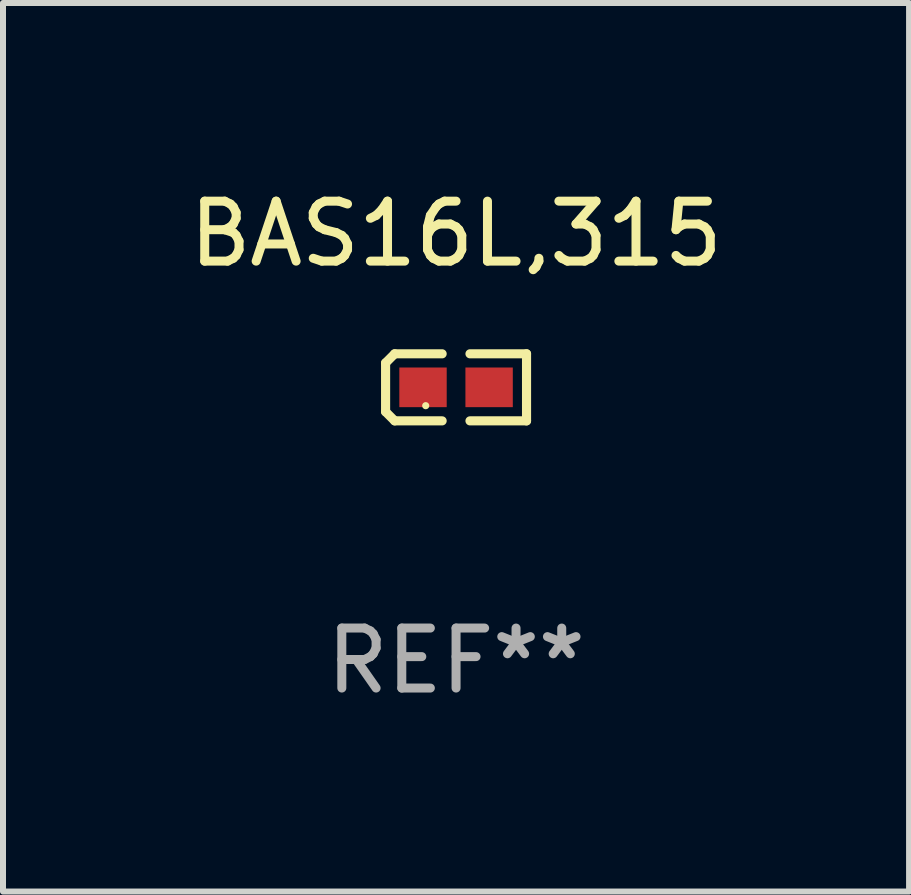
<source format=kicad_pcb>
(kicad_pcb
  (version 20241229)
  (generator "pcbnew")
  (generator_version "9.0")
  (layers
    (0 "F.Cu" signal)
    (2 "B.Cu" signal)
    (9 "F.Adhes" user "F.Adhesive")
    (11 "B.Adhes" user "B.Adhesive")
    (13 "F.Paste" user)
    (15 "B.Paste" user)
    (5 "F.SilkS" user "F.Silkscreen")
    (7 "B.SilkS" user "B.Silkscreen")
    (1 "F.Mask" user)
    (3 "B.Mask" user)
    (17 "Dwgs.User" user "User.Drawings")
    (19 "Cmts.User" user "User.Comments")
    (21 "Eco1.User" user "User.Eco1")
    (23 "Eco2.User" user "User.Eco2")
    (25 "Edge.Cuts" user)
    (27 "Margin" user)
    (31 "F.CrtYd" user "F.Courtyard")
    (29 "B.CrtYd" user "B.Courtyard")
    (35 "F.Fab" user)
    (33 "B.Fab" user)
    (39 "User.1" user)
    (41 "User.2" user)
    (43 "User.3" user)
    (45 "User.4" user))
  (footprint "BAS16L,315"
    (layer "F.Cu")
    (at 4.554 3.408)
    (property "Reference" "BAS16L,315" (at 0 -2.559 0) (layer "F.SilkS") (effects (font (size 1 1) (thickness 0.15))))
    (attr through_hole)
    (fp_line (start -1.175 -0.407) (end -1.023 -0.559) (stroke (width 0.152) (type solid)) (layer "F.SilkS"))
    (fp_line (start -1.175 0.407) (end -1.175 -0.407) (stroke (width 0.152) (type solid)) (layer "F.SilkS"))
    (fp_line (start -1.023 -0.559) (end -0.232 -0.559) (stroke (width 0.152) (type solid)) (layer "F.SilkS"))
    (fp_line (start -1.023 0.559) (end -1.175 0.407) (stroke (width 0.152) (type solid)) (layer "F.SilkS"))
    (fp_line (start -0.232 0.559) (end -1.023 0.559) (stroke (width 0.152) (type solid)) (layer "F.SilkS"))
    (fp_line (start 0.232 0.559) (end 1.175 0.559) (stroke (width 0.152) (type solid)) (layer "F.SilkS"))
    (fp_line (start 1.175 -0.559) (end 0.232 -0.559) (stroke (width 0.152) (type solid)) (layer "F.SilkS"))
    (fp_line (start 1.175 0.559) (end 1.175 -0.559) (stroke (width 0.152) (type solid)) (layer "F.SilkS"))
    (fp_circle (center -0.506 0.306) (end -0.476 0.306) (stroke (width 0.06) (type solid)) (fill no) (layer "F.SilkS"))
    (fp_text user "REF**" (at 0 4.559 0) (layer "F.Fab") (effects (font (size 1 1) (thickness 0.15))))
    (pad "1" smd rect (at -0.551 0) (size 0.79 0.661) (layers "F.Cu" "F.Mask" "F.Paste"))
    (pad "2" smd rect (at 0.551 0) (size 0.79 0.661) (layers "F.Cu" "F.Mask" "F.Paste")))
  (gr_rect
    (start -3 -3)
    (end 12.107 11.815)
    (stroke (width 0.1) (type default))
    (fill no)
    (layer "Edge.Cuts")))
</source>
